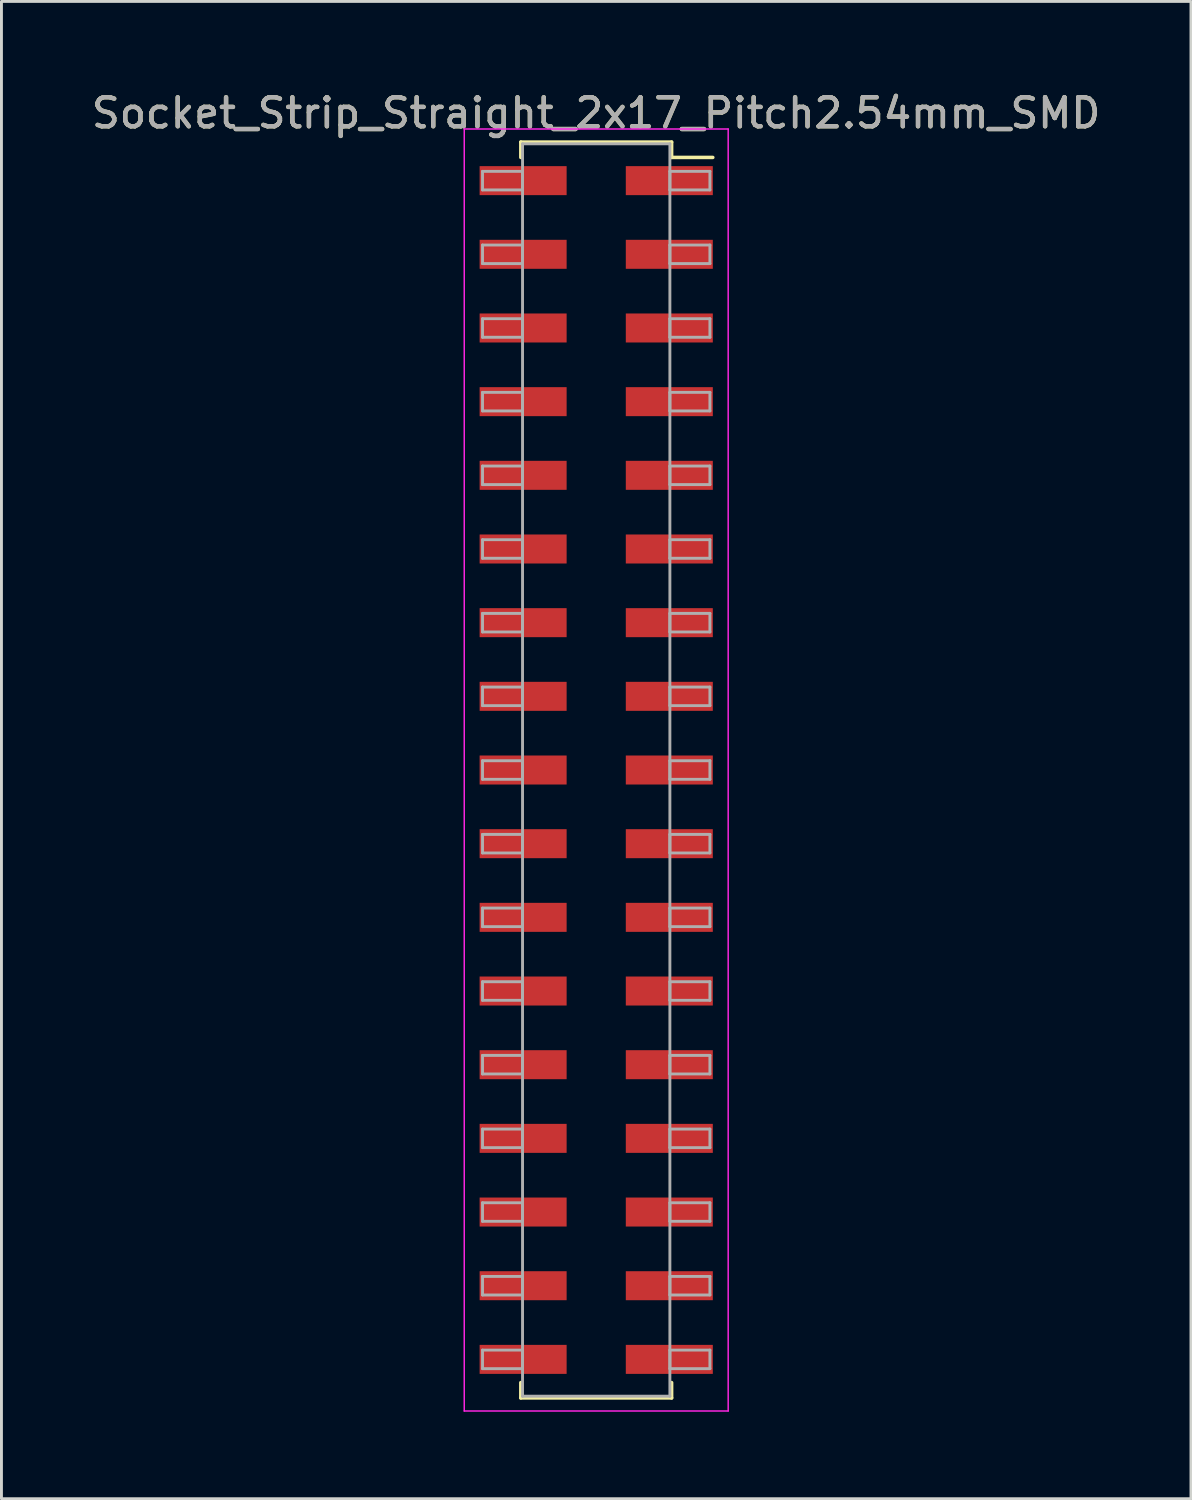
<source format=kicad_pcb>
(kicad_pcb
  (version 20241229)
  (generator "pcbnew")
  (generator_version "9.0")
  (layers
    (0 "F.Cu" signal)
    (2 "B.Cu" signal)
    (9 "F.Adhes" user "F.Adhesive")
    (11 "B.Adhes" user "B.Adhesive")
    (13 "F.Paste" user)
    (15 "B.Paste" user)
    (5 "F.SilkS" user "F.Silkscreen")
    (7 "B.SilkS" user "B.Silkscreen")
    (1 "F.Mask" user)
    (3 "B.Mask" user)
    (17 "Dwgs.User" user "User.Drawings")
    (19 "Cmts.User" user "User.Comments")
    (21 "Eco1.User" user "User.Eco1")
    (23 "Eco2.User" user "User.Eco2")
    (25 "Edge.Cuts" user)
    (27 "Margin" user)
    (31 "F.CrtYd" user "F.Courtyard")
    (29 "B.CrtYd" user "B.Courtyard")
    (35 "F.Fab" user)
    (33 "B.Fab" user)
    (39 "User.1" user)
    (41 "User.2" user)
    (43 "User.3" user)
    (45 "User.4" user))
  (footprint "Socket_Strip_Straight_2x17_Pitch2.54mm_SMD"
    (layer "F.Cu")
    (at 17.506 23.498)
    (property "Reference" "Socket_Strip_Straight_2x17_Pitch2.54mm_SMD" (at 0 -22.65 0) (layer "F.SilkS") (effects (font (size 1 1) (thickness 0.15))))
    (attr smd)
    (fp_line (start -2.6 -21.65) (end 2.6 -21.65) (stroke (width 0.12) (type solid)) (layer "F.SilkS"))
    (fp_line (start -2.6 -21.12) (end -2.6 -21.65) (stroke (width 0.12) (type solid)) (layer "F.SilkS"))
    (fp_line (start -2.6 21.12) (end -2.6 21.65) (stroke (width 0.12) (type solid)) (layer "F.SilkS"))
    (fp_line (start -2.6 21.65) (end 2.6 21.65) (stroke (width 0.12) (type solid)) (layer "F.SilkS"))
    (fp_line (start 2.6 -21.65) (end 2.6 -21.12) (stroke (width 0.12) (type solid)) (layer "F.SilkS"))
    (fp_line (start 2.6 21.65) (end 2.6 21.12) (stroke (width 0.12) (type solid)) (layer "F.SilkS"))
    (fp_line (start 4.02 -21.12) (end 2.6 -21.12) (stroke (width 0.12) (type solid)) (layer "F.SilkS"))
    (fp_line (start -4.55 -22.1) (end -4.55 22.1) (stroke (width 0.05) (type solid)) (layer "F.CrtYd"))
    (fp_line (start -4.55 22.1) (end 4.55 22.1) (stroke (width 0.05) (type solid)) (layer "F.CrtYd"))
    (fp_line (start 4.55 -22.1) (end -4.55 -22.1) (stroke (width 0.05) (type solid)) (layer "F.CrtYd"))
    (fp_line (start 4.55 22.1) (end 4.55 -22.1) (stroke (width 0.05) (type solid)) (layer "F.CrtYd"))
    (fp_line (start -3.92 -20.64) (end -2.54 -20.64) (stroke (width 0.1) (type solid)) (layer "F.Fab"))
    (fp_line (start -3.92 -20) (end -3.92 -20.64) (stroke (width 0.1) (type solid)) (layer "F.Fab"))
    (fp_line (start -3.92 -18.1) (end -2.54 -18.1) (stroke (width 0.1) (type solid)) (layer "F.Fab"))
    (fp_line (start -3.92 -17.46) (end -3.92 -18.1) (stroke (width 0.1) (type solid)) (layer "F.Fab"))
    (fp_line (start -3.92 -15.56) (end -2.54 -15.56) (stroke (width 0.1) (type solid)) (layer "F.Fab"))
    (fp_line (start -3.92 -14.92) (end -3.92 -15.56) (stroke (width 0.1) (type solid)) (layer "F.Fab"))
    (fp_line (start -3.92 -13.02) (end -2.54 -13.02) (stroke (width 0.1) (type solid)) (layer "F.Fab"))
    (fp_line (start -3.92 -12.38) (end -3.92 -13.02) (stroke (width 0.1) (type solid)) (layer "F.Fab"))
    (fp_line (start -3.92 -10.48) (end -2.54 -10.48) (stroke (width 0.1) (type solid)) (layer "F.Fab"))
    (fp_line (start -3.92 -9.84) (end -3.92 -10.48) (stroke (width 0.1) (type solid)) (layer "F.Fab"))
    (fp_line (start -3.92 -7.94) (end -2.54 -7.94) (stroke (width 0.1) (type solid)) (layer "F.Fab"))
    (fp_line (start -3.92 -7.3) (end -3.92 -7.94) (stroke (width 0.1) (type solid)) (layer "F.Fab"))
    (fp_line (start -3.92 -5.4) (end -2.54 -5.4) (stroke (width 0.1) (type solid)) (layer "F.Fab"))
    (fp_line (start -3.92 -4.76) (end -3.92 -5.4) (stroke (width 0.1) (type solid)) (layer "F.Fab"))
    (fp_line (start -3.92 -2.86) (end -2.54 -2.86) (stroke (width 0.1) (type solid)) (layer "F.Fab"))
    (fp_line (start -3.92 -2.22) (end -3.92 -2.86) (stroke (width 0.1) (type solid)) (layer "F.Fab"))
    (fp_line (start -3.92 -0.32) (end -2.54 -0.32) (stroke (width 0.1) (type solid)) (layer "F.Fab"))
    (fp_line (start -3.92 0.32) (end -3.92 -0.32) (stroke (width 0.1) (type solid)) (layer "F.Fab"))
    (fp_line (start -3.92 2.22) (end -2.54 2.22) (stroke (width 0.1) (type solid)) (layer "F.Fab"))
    (fp_line (start -3.92 2.86) (end -3.92 2.22) (stroke (width 0.1) (type solid)) (layer "F.Fab"))
    (fp_line (start -3.92 4.76) (end -2.54 4.76) (stroke (width 0.1) (type solid)) (layer "F.Fab"))
    (fp_line (start -3.92 5.4) (end -3.92 4.76) (stroke (width 0.1) (type solid)) (layer "F.Fab"))
    (fp_line (start -3.92 7.3) (end -2.54 7.3) (stroke (width 0.1) (type solid)) (layer "F.Fab"))
    (fp_line (start -3.92 7.94) (end -3.92 7.3) (stroke (width 0.1) (type solid)) (layer "F.Fab"))
    (fp_line (start -3.92 9.84) (end -2.54 9.84) (stroke (width 0.1) (type solid)) (layer "F.Fab"))
    (fp_line (start -3.92 10.48) (end -3.92 9.84) (stroke (width 0.1) (type solid)) (layer "F.Fab"))
    (fp_line (start -3.92 12.38) (end -2.54 12.38) (stroke (width 0.1) (type solid)) (layer "F.Fab"))
    (fp_line (start -3.92 13.02) (end -3.92 12.38) (stroke (width 0.1) (type solid)) (layer "F.Fab"))
    (fp_line (start -3.92 14.92) (end -2.54 14.92) (stroke (width 0.1) (type solid)) (layer "F.Fab"))
    (fp_line (start -3.92 15.56) (end -3.92 14.92) (stroke (width 0.1) (type solid)) (layer "F.Fab"))
    (fp_line (start -3.92 17.46) (end -2.54 17.46) (stroke (width 0.1) (type solid)) (layer "F.Fab"))
    (fp_line (start -3.92 18.1) (end -3.92 17.46) (stroke (width 0.1) (type solid)) (layer "F.Fab"))
    (fp_line (start -3.92 20) (end -2.54 20) (stroke (width 0.1) (type solid)) (layer "F.Fab"))
    (fp_line (start -3.92 20.64) (end -3.92 20) (stroke (width 0.1) (type solid)) (layer "F.Fab"))
    (fp_line (start -2.54 -21.59) (end -2.54 21.59) (stroke (width 0.1) (type solid)) (layer "F.Fab"))
    (fp_line (start -2.54 -20.64) (end -2.54 -20) (stroke (width 0.1) (type solid)) (layer "F.Fab"))
    (fp_line (start -2.54 -20) (end -3.92 -20) (stroke (width 0.1) (type solid)) (layer "F.Fab"))
    (fp_line (start -2.54 -18.1) (end -2.54 -17.46) (stroke (width 0.1) (type solid)) (layer "F.Fab"))
    (fp_line (start -2.54 -17.46) (end -3.92 -17.46) (stroke (width 0.1) (type solid)) (layer "F.Fab"))
    (fp_line (start -2.54 -15.56) (end -2.54 -14.92) (stroke (width 0.1) (type solid)) (layer "F.Fab"))
    (fp_line (start -2.54 -14.92) (end -3.92 -14.92) (stroke (width 0.1) (type solid)) (layer "F.Fab"))
    (fp_line (start -2.54 -13.02) (end -2.54 -12.38) (stroke (width 0.1) (type solid)) (layer "F.Fab"))
    (fp_line (start -2.54 -12.38) (end -3.92 -12.38) (stroke (width 0.1) (type solid)) (layer "F.Fab"))
    (fp_line (start -2.54 -10.48) (end -2.54 -9.84) (stroke (width 0.1) (type solid)) (layer "F.Fab"))
    (fp_line (start -2.54 -9.84) (end -3.92 -9.84) (stroke (width 0.1) (type solid)) (layer "F.Fab"))
    (fp_line (start -2.54 -7.94) (end -2.54 -7.3) (stroke (width 0.1) (type solid)) (layer "F.Fab"))
    (fp_line (start -2.54 -7.3) (end -3.92 -7.3) (stroke (width 0.1) (type solid)) (layer "F.Fab"))
    (fp_line (start -2.54 -5.4) (end -2.54 -4.76) (stroke (width 0.1) (type solid)) (layer "F.Fab"))
    (fp_line (start -2.54 -4.76) (end -3.92 -4.76) (stroke (width 0.1) (type solid)) (layer "F.Fab"))
    (fp_line (start -2.54 -2.86) (end -2.54 -2.22) (stroke (width 0.1) (type solid)) (layer "F.Fab"))
    (fp_line (start -2.54 -2.22) (end -3.92 -2.22) (stroke (width 0.1) (type solid)) (layer "F.Fab"))
    (fp_line (start -2.54 -0.32) (end -2.54 0.32) (stroke (width 0.1) (type solid)) (layer "F.Fab"))
    (fp_line (start -2.54 0.32) (end -3.92 0.32) (stroke (width 0.1) (type solid)) (layer "F.Fab"))
    (fp_line (start -2.54 2.22) (end -2.54 2.86) (stroke (width 0.1) (type solid)) (layer "F.Fab"))
    (fp_line (start -2.54 2.86) (end -3.92 2.86) (stroke (width 0.1) (type solid)) (layer "F.Fab"))
    (fp_line (start -2.54 4.76) (end -2.54 5.4) (stroke (width 0.1) (type solid)) (layer "F.Fab"))
    (fp_line (start -2.54 5.4) (end -3.92 5.4) (stroke (width 0.1) (type solid)) (layer "F.Fab"))
    (fp_line (start -2.54 7.3) (end -2.54 7.94) (stroke (width 0.1) (type solid)) (layer "F.Fab"))
    (fp_line (start -2.54 7.94) (end -3.92 7.94) (stroke (width 0.1) (type solid)) (layer "F.Fab"))
    (fp_line (start -2.54 9.84) (end -2.54 10.48) (stroke (width 0.1) (type solid)) (layer "F.Fab"))
    (fp_line (start -2.54 10.48) (end -3.92 10.48) (stroke (width 0.1) (type solid)) (layer "F.Fab"))
    (fp_line (start -2.54 12.38) (end -2.54 13.02) (stroke (width 0.1) (type solid)) (layer "F.Fab"))
    (fp_line (start -2.54 13.02) (end -3.92 13.02) (stroke (width 0.1) (type solid)) (layer "F.Fab"))
    (fp_line (start -2.54 14.92) (end -2.54 15.56) (stroke (width 0.1) (type solid)) (layer "F.Fab"))
    (fp_line (start -2.54 15.56) (end -3.92 15.56) (stroke (width 0.1) (type solid)) (layer "F.Fab"))
    (fp_line (start -2.54 17.46) (end -2.54 18.1) (stroke (width 0.1) (type solid)) (layer "F.Fab"))
    (fp_line (start -2.54 18.1) (end -3.92 18.1) (stroke (width 0.1) (type solid)) (layer "F.Fab"))
    (fp_line (start -2.54 20) (end -2.54 20.64) (stroke (width 0.1) (type solid)) (layer "F.Fab"))
    (fp_line (start -2.54 20.64) (end -3.92 20.64) (stroke (width 0.1) (type solid)) (layer "F.Fab"))
    (fp_line (start -2.54 21.59) (end 2.54 21.59) (stroke (width 0.1) (type solid)) (layer "F.Fab"))
    (fp_line (start 2.54 -21.59) (end -2.54 -21.59) (stroke (width 0.1) (type solid)) (layer "F.Fab"))
    (fp_line (start 2.54 -20.64) (end 2.54 -20) (stroke (width 0.1) (type solid)) (layer "F.Fab"))
    (fp_line (start 2.54 -20) (end 3.92 -20) (stroke (width 0.1) (type solid)) (layer "F.Fab"))
    (fp_line (start 2.54 -18.1) (end 2.54 -17.46) (stroke (width 0.1) (type solid)) (layer "F.Fab"))
    (fp_line (start 2.54 -17.46) (end 3.92 -17.46) (stroke (width 0.1) (type solid)) (layer "F.Fab"))
    (fp_line (start 2.54 -15.56) (end 2.54 -14.92) (stroke (width 0.1) (type solid)) (layer "F.Fab"))
    (fp_line (start 2.54 -14.92) (end 3.92 -14.92) (stroke (width 0.1) (type solid)) (layer "F.Fab"))
    (fp_line (start 2.54 -13.02) (end 2.54 -12.38) (stroke (width 0.1) (type solid)) (layer "F.Fab"))
    (fp_line (start 2.54 -12.38) (end 3.92 -12.38) (stroke (width 0.1) (type solid)) (layer "F.Fab"))
    (fp_line (start 2.54 -10.48) (end 2.54 -9.84) (stroke (width 0.1) (type solid)) (layer "F.Fab"))
    (fp_line (start 2.54 -9.84) (end 3.92 -9.84) (stroke (width 0.1) (type solid)) (layer "F.Fab"))
    (fp_line (start 2.54 -7.94) (end 2.54 -7.3) (stroke (width 0.1) (type solid)) (layer "F.Fab"))
    (fp_line (start 2.54 -7.3) (end 3.92 -7.3) (stroke (width 0.1) (type solid)) (layer "F.Fab"))
    (fp_line (start 2.54 -5.4) (end 2.54 -4.76) (stroke (width 0.1) (type solid)) (layer "F.Fab"))
    (fp_line (start 2.54 -4.76) (end 3.92 -4.76) (stroke (width 0.1) (type solid)) (layer "F.Fab"))
    (fp_line (start 2.54 -2.86) (end 2.54 -2.22) (stroke (width 0.1) (type solid)) (layer "F.Fab"))
    (fp_line (start 2.54 -2.22) (end 3.92 -2.22) (stroke (width 0.1) (type solid)) (layer "F.Fab"))
    (fp_line (start 2.54 -0.32) (end 2.54 0.32) (stroke (width 0.1) (type solid)) (layer "F.Fab"))
    (fp_line (start 2.54 0.32) (end 3.92 0.32) (stroke (width 0.1) (type solid)) (layer "F.Fab"))
    (fp_line (start 2.54 2.22) (end 2.54 2.86) (stroke (width 0.1) (type solid)) (layer "F.Fab"))
    (fp_line (start 2.54 2.86) (end 3.92 2.86) (stroke (width 0.1) (type solid)) (layer "F.Fab"))
    (fp_line (start 2.54 4.76) (end 2.54 5.4) (stroke (width 0.1) (type solid)) (layer "F.Fab"))
    (fp_line (start 2.54 5.4) (end 3.92 5.4) (stroke (width 0.1) (type solid)) (layer "F.Fab"))
    (fp_line (start 2.54 7.3) (end 2.54 7.94) (stroke (width 0.1) (type solid)) (layer "F.Fab"))
    (fp_line (start 2.54 7.94) (end 3.92 7.94) (stroke (width 0.1) (type solid)) (layer "F.Fab"))
    (fp_line (start 2.54 9.84) (end 2.54 10.48) (stroke (width 0.1) (type solid)) (layer "F.Fab"))
    (fp_line (start 2.54 10.48) (end 3.92 10.48) (stroke (width 0.1) (type solid)) (layer "F.Fab"))
    (fp_line (start 2.54 12.38) (end 2.54 13.02) (stroke (width 0.1) (type solid)) (layer "F.Fab"))
    (fp_line (start 2.54 13.02) (end 3.92 13.02) (stroke (width 0.1) (type solid)) (layer "F.Fab"))
    (fp_line (start 2.54 14.92) (end 2.54 15.56) (stroke (width 0.1) (type solid)) (layer "F.Fab"))
    (fp_line (start 2.54 15.56) (end 3.92 15.56) (stroke (width 0.1) (type solid)) (layer "F.Fab"))
    (fp_line (start 2.54 17.46) (end 2.54 18.1) (stroke (width 0.1) (type solid)) (layer "F.Fab"))
    (fp_line (start 2.54 18.1) (end 3.92 18.1) (stroke (width 0.1) (type solid)) (layer "F.Fab"))
    (fp_line (start 2.54 20) (end 2.54 20.64) (stroke (width 0.1) (type solid)) (layer "F.Fab"))
    (fp_line (start 2.54 20.64) (end 3.92 20.64) (stroke (width 0.1) (type solid)) (layer "F.Fab"))
    (fp_line (start 2.54 21.59) (end 2.54 -21.59) (stroke (width 0.1) (type solid)) (layer "F.Fab"))
    (fp_line (start 3.92 -20.64) (end 2.54 -20.64) (stroke (width 0.1) (type solid)) (layer "F.Fab"))
    (fp_line (start 3.92 -20) (end 3.92 -20.64) (stroke (width 0.1) (type solid)) (layer "F.Fab"))
    (fp_line (start 3.92 -18.1) (end 2.54 -18.1) (stroke (width 0.1) (type solid)) (layer "F.Fab"))
    (fp_line (start 3.92 -17.46) (end 3.92 -18.1) (stroke (width 0.1) (type solid)) (layer "F.Fab"))
    (fp_line (start 3.92 -15.56) (end 2.54 -15.56) (stroke (width 0.1) (type solid)) (layer "F.Fab"))
    (fp_line (start 3.92 -14.92) (end 3.92 -15.56) (stroke (width 0.1) (type solid)) (layer "F.Fab"))
    (fp_line (start 3.92 -13.02) (end 2.54 -13.02) (stroke (width 0.1) (type solid)) (layer "F.Fab"))
    (fp_line (start 3.92 -12.38) (end 3.92 -13.02) (stroke (width 0.1) (type solid)) (layer "F.Fab"))
    (fp_line (start 3.92 -10.48) (end 2.54 -10.48) (stroke (width 0.1) (type solid)) (layer "F.Fab"))
    (fp_line (start 3.92 -9.84) (end 3.92 -10.48) (stroke (width 0.1) (type solid)) (layer "F.Fab"))
    (fp_line (start 3.92 -7.94) (end 2.54 -7.94) (stroke (width 0.1) (type solid)) (layer "F.Fab"))
    (fp_line (start 3.92 -7.3) (end 3.92 -7.94) (stroke (width 0.1) (type solid)) (layer "F.Fab"))
    (fp_line (start 3.92 -5.4) (end 2.54 -5.4) (stroke (width 0.1) (type solid)) (layer "F.Fab"))
    (fp_line (start 3.92 -4.76) (end 3.92 -5.4) (stroke (width 0.1) (type solid)) (layer "F.Fab"))
    (fp_line (start 3.92 -2.86) (end 2.54 -2.86) (stroke (width 0.1) (type solid)) (layer "F.Fab"))
    (fp_line (start 3.92 -2.22) (end 3.92 -2.86) (stroke (width 0.1) (type solid)) (layer "F.Fab"))
    (fp_line (start 3.92 -0.32) (end 2.54 -0.32) (stroke (width 0.1) (type solid)) (layer "F.Fab"))
    (fp_line (start 3.92 0.32) (end 3.92 -0.32) (stroke (width 0.1) (type solid)) (layer "F.Fab"))
    (fp_line (start 3.92 2.22) (end 2.54 2.22) (stroke (width 0.1) (type solid)) (layer "F.Fab"))
    (fp_line (start 3.92 2.86) (end 3.92 2.22) (stroke (width 0.1) (type solid)) (layer "F.Fab"))
    (fp_line (start 3.92 4.76) (end 2.54 4.76) (stroke (width 0.1) (type solid)) (layer "F.Fab"))
    (fp_line (start 3.92 5.4) (end 3.92 4.76) (stroke (width 0.1) (type solid)) (layer "F.Fab"))
    (fp_line (start 3.92 7.3) (end 2.54 7.3) (stroke (width 0.1) (type solid)) (layer "F.Fab"))
    (fp_line (start 3.92 7.94) (end 3.92 7.3) (stroke (width 0.1) (type solid)) (layer "F.Fab"))
    (fp_line (start 3.92 9.84) (end 2.54 9.84) (stroke (width 0.1) (type solid)) (layer "F.Fab"))
    (fp_line (start 3.92 10.48) (end 3.92 9.84) (stroke (width 0.1) (type solid)) (layer "F.Fab"))
    (fp_line (start 3.92 12.38) (end 2.54 12.38) (stroke (width 0.1) (type solid)) (layer "F.Fab"))
    (fp_line (start 3.92 13.02) (end 3.92 12.38) (stroke (width 0.1) (type solid)) (layer "F.Fab"))
    (fp_line (start 3.92 14.92) (end 2.54 14.92) (stroke (width 0.1) (type solid)) (layer "F.Fab"))
    (fp_line (start 3.92 15.56) (end 3.92 14.92) (stroke (width 0.1) (type solid)) (layer "F.Fab"))
    (fp_line (start 3.92 17.46) (end 2.54 17.46) (stroke (width 0.1) (type solid)) (layer "F.Fab"))
    (fp_line (start 3.92 18.1) (end 3.92 17.46) (stroke (width 0.1) (type solid)) (layer "F.Fab"))
    (fp_line (start 3.92 20) (end 2.54 20) (stroke (width 0.1) (type solid)) (layer "F.Fab"))
    (fp_line (start 3.92 20.64) (end 3.92 20) (stroke (width 0.1) (type solid)) (layer "F.Fab"))
    (fp_text user "${REFERENCE}" (at 0 -22.65 0) (layer "F.Fab") (effects (font (size 1 1) (thickness 0.15))))
    (pad "1" smd rect (at 2.52 -20.32) (size 3 1) (layers "F.Cu" "F.Mask" "F.Paste"))
    (pad "2" smd rect (at -2.52 -20.32) (size 3 1) (layers "F.Cu" "F.Mask" "F.Paste"))
    (pad "3" smd rect (at 2.52 -17.78) (size 3 1) (layers "F.Cu" "F.Mask" "F.Paste"))
    (pad "4" smd rect (at -2.52 -17.78) (size 3 1) (layers "F.Cu" "F.Mask" "F.Paste"))
    (pad "5" smd rect (at 2.52 -15.24) (size 3 1) (layers "F.Cu" "F.Mask" "F.Paste"))
    (pad "6" smd rect (at -2.52 -15.24) (size 3 1) (layers "F.Cu" "F.Mask" "F.Paste"))
    (pad "7" smd rect (at 2.52 -12.7) (size 3 1) (layers "F.Cu" "F.Mask" "F.Paste"))
    (pad "8" smd rect (at -2.52 -12.7) (size 3 1) (layers "F.Cu" "F.Mask" "F.Paste"))
    (pad "9" smd rect (at 2.52 -10.16) (size 3 1) (layers "F.Cu" "F.Mask" "F.Paste"))
    (pad "10" smd rect (at -2.52 -10.16) (size 3 1) (layers "F.Cu" "F.Mask" "F.Paste"))
    (pad "11" smd rect (at 2.52 -7.62) (size 3 1) (layers "F.Cu" "F.Mask" "F.Paste"))
    (pad "12" smd rect (at -2.52 -7.62) (size 3 1) (layers "F.Cu" "F.Mask" "F.Paste"))
    (pad "13" smd rect (at 2.52 -5.08) (size 3 1) (layers "F.Cu" "F.Mask" "F.Paste"))
    (pad "14" smd rect (at -2.52 -5.08) (size 3 1) (layers "F.Cu" "F.Mask" "F.Paste"))
    (pad "15" smd rect (at 2.52 -2.54) (size 3 1) (layers "F.Cu" "F.Mask" "F.Paste"))
    (pad "16" smd rect (at -2.52 -2.54) (size 3 1) (layers "F.Cu" "F.Mask" "F.Paste"))
    (pad "17" smd rect (at 2.52 0) (size 3 1) (layers "F.Cu" "F.Mask" "F.Paste"))
    (pad "18" smd rect (at -2.52 0) (size 3 1) (layers "F.Cu" "F.Mask" "F.Paste"))
    (pad "19" smd rect (at 2.52 2.54) (size 3 1) (layers "F.Cu" "F.Mask" "F.Paste"))
    (pad "20" smd rect (at -2.52 2.54) (size 3 1) (layers "F.Cu" "F.Mask" "F.Paste"))
    (pad "21" smd rect (at 2.52 5.08) (size 3 1) (layers "F.Cu" "F.Mask" "F.Paste"))
    (pad "22" smd rect (at -2.52 5.08) (size 3 1) (layers "F.Cu" "F.Mask" "F.Paste"))
    (pad "23" smd rect (at 2.52 7.62) (size 3 1) (layers "F.Cu" "F.Mask" "F.Paste"))
    (pad "24" smd rect (at -2.52 7.62) (size 3 1) (layers "F.Cu" "F.Mask" "F.Paste"))
    (pad "25" smd rect (at 2.52 10.16) (size 3 1) (layers "F.Cu" "F.Mask" "F.Paste"))
    (pad "26" smd rect (at -2.52 10.16) (size 3 1) (layers "F.Cu" "F.Mask" "F.Paste"))
    (pad "27" smd rect (at 2.52 12.7) (size 3 1) (layers "F.Cu" "F.Mask" "F.Paste"))
    (pad "28" smd rect (at -2.52 12.7) (size 3 1) (layers "F.Cu" "F.Mask" "F.Paste"))
    (pad "29" smd rect (at 2.52 15.24) (size 3 1) (layers "F.Cu" "F.Mask" "F.Paste"))
    (pad "30" smd rect (at -2.52 15.24) (size 3 1) (layers "F.Cu" "F.Mask" "F.Paste"))
    (pad "31" smd rect (at 2.52 17.78) (size 3 1) (layers "F.Cu" "F.Mask" "F.Paste"))
    (pad "32" smd rect (at -2.52 17.78) (size 3 1) (layers "F.Cu" "F.Mask" "F.Paste"))
    (pad "33" smd rect (at 2.52 20.32) (size 3 1) (layers "F.Cu" "F.Mask" "F.Paste"))
    (pad "34" smd rect (at -2.52 20.32) (size 3 1) (layers "F.Cu" "F.Mask" "F.Paste")))
  (gr_rect
    (start -3 -3)
    (end 38.012 48.623)
    (stroke (width 0.1) (type default))
    (fill no)
    (layer "Edge.Cuts")))
</source>
